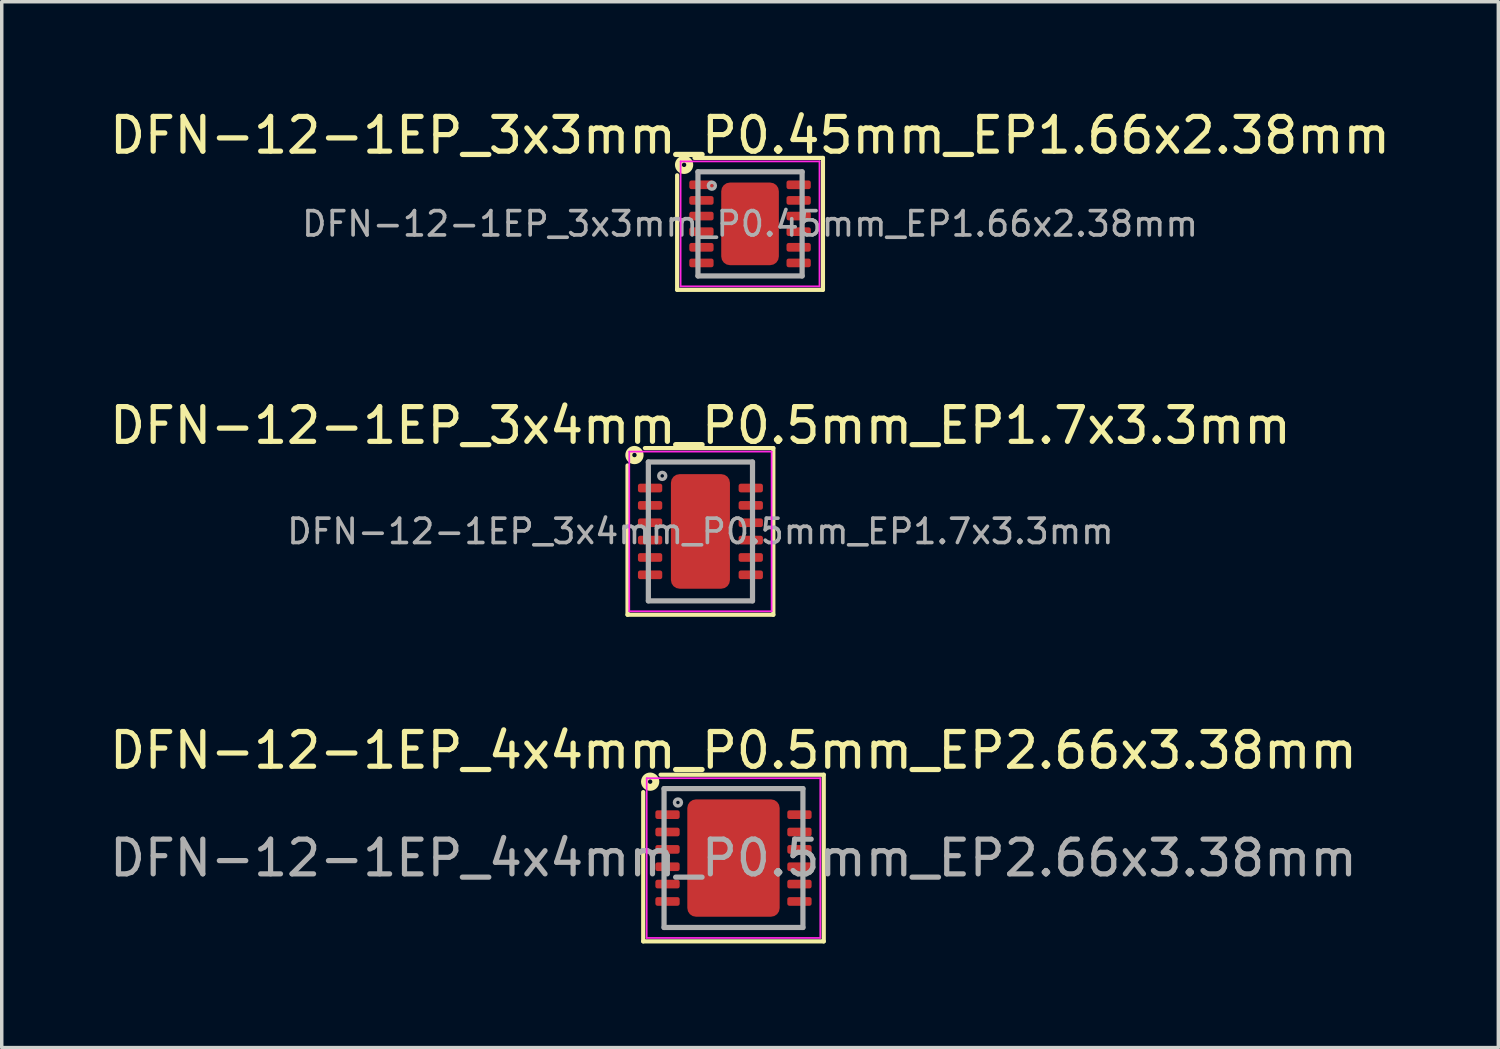
<source format=kicad_pcb>
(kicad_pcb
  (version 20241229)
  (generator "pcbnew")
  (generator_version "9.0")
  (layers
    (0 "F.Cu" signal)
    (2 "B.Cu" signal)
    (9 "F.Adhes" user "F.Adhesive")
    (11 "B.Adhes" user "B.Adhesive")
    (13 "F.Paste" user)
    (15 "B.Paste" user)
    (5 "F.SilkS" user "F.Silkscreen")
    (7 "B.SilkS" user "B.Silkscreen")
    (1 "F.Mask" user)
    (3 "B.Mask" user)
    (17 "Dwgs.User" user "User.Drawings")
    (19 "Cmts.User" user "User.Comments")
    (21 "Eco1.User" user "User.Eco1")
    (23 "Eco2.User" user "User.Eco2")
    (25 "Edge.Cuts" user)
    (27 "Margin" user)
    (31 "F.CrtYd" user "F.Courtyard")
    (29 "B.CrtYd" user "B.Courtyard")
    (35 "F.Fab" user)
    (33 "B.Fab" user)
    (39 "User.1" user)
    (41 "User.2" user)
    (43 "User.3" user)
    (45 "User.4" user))
  (footprint "DFN-12-1EP_4x4mm_P0.5mm_EP2.66x3.38mm"
    (layer "F.Cu")
    (at 18.077 21.665)
    (property "Reference" "DFN-12-1EP_4x4mm_P0.5mm_EP2.66x3.38mm" (at 0 -3.1 0) (layer "F.SilkS") (effects (font (size 1 1) (thickness 0.15))))
    (attr smd)
    (fp_line (start -2.6 2.4) (end -2.6 -1.9) (stroke (width 0.12) (type solid)) (layer "F.SilkS"))
    (fp_line (start -2.1 -2.4) (end 2.6 -2.4) (stroke (width 0.12) (type solid)) (layer "F.SilkS"))
    (fp_line (start 2.6 -2.4) (end 2.6 2.4) (stroke (width 0.12) (type solid)) (layer "F.SilkS"))
    (fp_line (start 2.6 2.4) (end -2.6 2.4) (stroke (width 0.12) (type solid)) (layer "F.SilkS"))
    (fp_circle (center -2.4 -2.2) (end -2.337 -2.2) (stroke (width 0.2) (type solid)) (fill no) (layer "F.SilkS"))
    (fp_line (start -2.5 -2.3) (end -2.5 2.3) (stroke (width 0.05) (type solid)) (layer "F.CrtYd"))
    (fp_line (start -2.5 -2.3) (end 2.5 -2.3) (stroke (width 0.05) (type solid)) (layer "F.CrtYd"))
    (fp_line (start -2.5 2.3) (end 2.5 2.3) (stroke (width 0.05) (type solid)) (layer "F.CrtYd"))
    (fp_line (start 2.5 -2.3) (end 2.5 2.3) (stroke (width 0.05) (type solid)) (layer "F.CrtYd"))
    (fp_line (start -2 -2) (end 2 -2) (stroke (width 0.15) (type solid)) (layer "F.Fab"))
    (fp_line (start -2 2) (end -2 -2) (stroke (width 0.15) (type solid)) (layer "F.Fab"))
    (fp_line (start 2 -2) (end 2 2) (stroke (width 0.15) (type solid)) (layer "F.Fab"))
    (fp_line (start 2 2) (end -2 2) (stroke (width 0.15) (type solid)) (layer "F.Fab"))
    (fp_circle (center -1.6 -1.6) (end -1.5 -1.6) (stroke (width 0.1) (type solid)) (fill no) (layer "F.Fab"))
    (fp_text user "${REFERENCE}" (at 0 0 0) (layer "F.Fab") (effects (font (size 1 1) (thickness 0.15))))
    (pad "" smd roundrect (at -0.665 -1.268) (size 1.15 0.63) (layers "F.Paste") (roundrect_rratio 0.25))
    (pad "" smd roundrect (at -0.665 -0.422) (size 1.15 0.63) (layers "F.Paste") (roundrect_rratio 0.25))
    (pad "" smd roundrect (at -0.665 0.422) (size 1.15 0.63) (layers "F.Paste") (roundrect_rratio 0.25))
    (pad "" smd roundrect (at -0.665 1.268) (size 1.15 0.63) (layers "F.Paste") (roundrect_rratio 0.25))
    (pad "" smd roundrect (at 0.665 -1.268) (size 1.15 0.63) (layers "F.Paste") (roundrect_rratio 0.25))
    (pad "" smd roundrect (at 0.665 -0.422) (size 1.15 0.63) (layers "F.Paste") (roundrect_rratio 0.25))
    (pad "" smd roundrect (at 0.665 0.422) (size 1.15 0.63) (layers "F.Paste") (roundrect_rratio 0.25))
    (pad "" smd roundrect (at 0.665 1.268) (size 1.15 0.63) (layers "F.Paste") (roundrect_rratio 0.25))
    (pad "1" smd roundrect (at -1.9 -1.25) (size 0.7 0.25) (layers "F.Cu" "F.Mask" "F.Paste") (roundrect_rratio 0.25))
    (pad "2" smd roundrect (at -1.9 -0.75) (size 0.7 0.25) (layers "F.Cu" "F.Mask" "F.Paste") (roundrect_rratio 0.25))
    (pad "3" smd roundrect (at -1.9 -0.25) (size 0.7 0.25) (layers "F.Cu" "F.Mask" "F.Paste") (roundrect_rratio 0.25))
    (pad "4" smd roundrect (at -1.9 0.25) (size 0.7 0.25) (layers "F.Cu" "F.Mask" "F.Paste") (roundrect_rratio 0.25))
    (pad "5" smd roundrect (at -1.9 0.75) (size 0.7 0.25) (layers "F.Cu" "F.Mask" "F.Paste") (roundrect_rratio 0.25))
    (pad "6" smd roundrect (at -1.9 1.25) (size 0.7 0.25) (layers "F.Cu" "F.Mask" "F.Paste") (roundrect_rratio 0.25))
    (pad "7" smd roundrect (at 1.9 1.25) (size 0.7 0.25) (layers "F.Cu" "F.Mask" "F.Paste") (roundrect_rratio 0.25))
    (pad "8" smd roundrect (at 1.9 0.75) (size 0.7 0.25) (layers "F.Cu" "F.Mask" "F.Paste") (roundrect_rratio 0.25))
    (pad "9" smd roundrect (at 1.9 0.25) (size 0.7 0.25) (layers "F.Cu" "F.Mask" "F.Paste") (roundrect_rratio 0.25))
    (pad "10" smd roundrect (at 1.9 -0.25) (size 0.7 0.25) (layers "F.Cu" "F.Mask" "F.Paste") (roundrect_rratio 0.25))
    (pad "11" smd roundrect (at 1.9 -0.75) (size 0.7 0.25) (layers "F.Cu" "F.Mask" "F.Paste") (roundrect_rratio 0.25))
    (pad "12" smd roundrect (at 1.9 -1.25) (size 0.7 0.25) (layers "F.Cu" "F.Mask" "F.Paste") (roundrect_rratio 0.25))
    (pad "13" smd roundrect (at 0 0) (size 2.66 3.38) (layers "F.Cu" "F.Mask") (roundrect_rratio 0.094)))
  (footprint "DFN-12-1EP_3x4mm_P0.5mm_EP1.7x3.3mm"
    (layer "F.Cu")
    (at 17.125 12.257)
    (property "Reference" "DFN-12-1EP_3x4mm_P0.5mm_EP1.7x3.3mm" (at 0 -3.05 0) (layer "F.SilkS") (effects (font (size 1 1) (thickness 0.15))))
    (attr smd)
    (fp_line (start -2.1 2.4) (end -2.1 -1.9) (stroke (width 0.12) (type solid)) (layer "F.SilkS"))
    (fp_line (start -1.6 -2.4) (end 2.1 -2.4) (stroke (width 0.12) (type solid)) (layer "F.SilkS"))
    (fp_line (start 2.1 -2.4) (end 2.1 2.4) (stroke (width 0.12) (type solid)) (layer "F.SilkS"))
    (fp_line (start 2.1 2.4) (end -2.1 2.4) (stroke (width 0.12) (type solid)) (layer "F.SilkS"))
    (fp_circle (center -1.9 -2.2) (end -1.837 -2.2) (stroke (width 0.2) (type solid)) (fill no) (layer "F.SilkS"))
    (fp_line (start -2.05 -2.3) (end -2.05 2.3) (stroke (width 0.05) (type solid)) (layer "F.CrtYd"))
    (fp_line (start -2.05 -2.3) (end 2.05 -2.3) (stroke (width 0.05) (type solid)) (layer "F.CrtYd"))
    (fp_line (start -2.05 2.3) (end 2.05 2.3) (stroke (width 0.05) (type solid)) (layer "F.CrtYd"))
    (fp_line (start 2.05 -2.3) (end 2.05 2.3) (stroke (width 0.05) (type solid)) (layer "F.CrtYd"))
    (fp_line (start -1.5 -2) (end 1.5 -2) (stroke (width 0.15) (type solid)) (layer "F.Fab"))
    (fp_line (start -1.5 2) (end -1.5 -2) (stroke (width 0.15) (type solid)) (layer "F.Fab"))
    (fp_line (start 1.5 -2) (end 1.5 2) (stroke (width 0.15) (type solid)) (layer "F.Fab"))
    (fp_line (start 1.5 2) (end -1.5 2) (stroke (width 0.15) (type solid)) (layer "F.Fab"))
    (fp_circle (center -1.1 -1.6) (end -1 -1.6) (stroke (width 0.1) (type solid)) (fill no) (layer "F.Fab"))
    (fp_text user "${REFERENCE}" (at 0 0 0) (layer "F.Fab") (effects (font (size 0.7 0.7) (thickness 0.105))))
    (pad "" smd roundrect (at -0.425 -1.238) (size 0.685 0.67) (layers "F.Paste") (roundrect_rratio 0.25))
    (pad "" smd roundrect (at -0.425 -0.412) (size 0.685 0.67) (layers "F.Paste") (roundrect_rratio 0.25))
    (pad "" smd roundrect (at -0.425 0.412) (size 0.685 0.67) (layers "F.Paste") (roundrect_rratio 0.25))
    (pad "" smd roundrect (at -0.425 1.238) (size 0.685 0.67) (layers "F.Paste") (roundrect_rratio 0.25))
    (pad "" smd roundrect (at 0.425 -1.238) (size 0.685 0.67) (layers "F.Paste") (roundrect_rratio 0.25))
    (pad "" smd roundrect (at 0.425 -0.412) (size 0.685 0.67) (layers "F.Paste") (roundrect_rratio 0.25))
    (pad "" smd roundrect (at 0.425 0.412) (size 0.685 0.67) (layers "F.Paste") (roundrect_rratio 0.25))
    (pad "" smd roundrect (at 0.425 1.238) (size 0.685 0.67) (layers "F.Paste") (roundrect_rratio 0.25))
    (pad "1" smd roundrect (at -1.45 -1.25) (size 0.7 0.25) (layers "F.Cu" "F.Mask" "F.Paste") (roundrect_rratio 0.25))
    (pad "2" smd roundrect (at -1.45 -0.75) (size 0.7 0.25) (layers "F.Cu" "F.Mask" "F.Paste") (roundrect_rratio 0.25))
    (pad "3" smd roundrect (at -1.45 -0.25) (size 0.7 0.25) (layers "F.Cu" "F.Mask" "F.Paste") (roundrect_rratio 0.25))
    (pad "4" smd roundrect (at -1.45 0.25) (size 0.7 0.25) (layers "F.Cu" "F.Mask" "F.Paste") (roundrect_rratio 0.25))
    (pad "5" smd roundrect (at -1.45 0.75) (size 0.7 0.25) (layers "F.Cu" "F.Mask" "F.Paste") (roundrect_rratio 0.25))
    (pad "6" smd roundrect (at -1.45 1.25) (size 0.7 0.25) (layers "F.Cu" "F.Mask" "F.Paste") (roundrect_rratio 0.25))
    (pad "7" smd roundrect (at 1.45 1.25) (size 0.7 0.25) (layers "F.Cu" "F.Mask" "F.Paste") (roundrect_rratio 0.25))
    (pad "8" smd roundrect (at 1.45 0.75) (size 0.7 0.25) (layers "F.Cu" "F.Mask" "F.Paste") (roundrect_rratio 0.25))
    (pad "9" smd roundrect (at 1.45 0.25) (size 0.7 0.25) (layers "F.Cu" "F.Mask" "F.Paste") (roundrect_rratio 0.25))
    (pad "10" smd roundrect (at 1.45 -0.25) (size 0.7 0.25) (layers "F.Cu" "F.Mask" "F.Paste") (roundrect_rratio 0.25))
    (pad "11" smd roundrect (at 1.45 -0.75) (size 0.7 0.25) (layers "F.Cu" "F.Mask" "F.Paste") (roundrect_rratio 0.25))
    (pad "12" smd roundrect (at 1.45 -1.25) (size 0.7 0.25) (layers "F.Cu" "F.Mask" "F.Paste") (roundrect_rratio 0.25))
    (pad "13" smd roundrect (at 0 0) (size 1.7 3.3) (layers "F.Cu" "F.Mask") (roundrect_rratio 0.147)))
  (footprint "DFN-12-1EP_3x3mm_P0.45mm_EP1.66x2.38mm"
    (layer "F.Cu")
    (at 18.554 3.398)
    (property "Reference" "DFN-12-1EP_3x3mm_P0.45mm_EP1.66x2.38mm" (at 0 -2.55 0) (layer "F.SilkS") (effects (font (size 1 1) (thickness 0.15))))
    (attr smd)
    (fp_line (start -2.1 1.9) (end -2.1 -1.4) (stroke (width 0.12) (type solid)) (layer "F.SilkS"))
    (fp_line (start -1.6 -1.9) (end 2.1 -1.9) (stroke (width 0.12) (type solid)) (layer "F.SilkS"))
    (fp_line (start 2.1 -1.9) (end 2.1 1.9) (stroke (width 0.12) (type solid)) (layer "F.SilkS"))
    (fp_line (start 2.1 1.9) (end -2.1 1.9) (stroke (width 0.12) (type solid)) (layer "F.SilkS"))
    (fp_circle (center -1.9 -1.7) (end -1.837 -1.7) (stroke (width 0.2) (type solid)) (fill no) (layer "F.SilkS"))
    (fp_line (start -2 -1.8) (end -2 1.8) (stroke (width 0.05) (type solid)) (layer "F.CrtYd"))
    (fp_line (start -2 -1.8) (end 2 -1.8) (stroke (width 0.05) (type solid)) (layer "F.CrtYd"))
    (fp_line (start -2 1.8) (end 2 1.8) (stroke (width 0.05) (type solid)) (layer "F.CrtYd"))
    (fp_line (start 2 -1.8) (end 2 1.8) (stroke (width 0.05) (type solid)) (layer "F.CrtYd"))
    (fp_line (start -1.5 -1.5) (end 1.5 -1.5) (stroke (width 0.15) (type solid)) (layer "F.Fab"))
    (fp_line (start -1.5 1.5) (end -1.5 -1.5) (stroke (width 0.15) (type solid)) (layer "F.Fab"))
    (fp_line (start 1.5 -1.5) (end 1.5 1.5) (stroke (width 0.15) (type solid)) (layer "F.Fab"))
    (fp_line (start 1.5 1.5) (end -1.5 1.5) (stroke (width 0.15) (type solid)) (layer "F.Fab"))
    (fp_circle (center -1.1 -1.1) (end -1 -1.1) (stroke (width 0.1) (type solid)) (fill no) (layer "F.Fab"))
    (fp_text user "${REFERENCE}" (at 0 0 0) (layer "F.Fab") (effects (font (size 0.7 0.7) (thickness 0.105))))
    (pad "" smd roundrect (at -0.415 -0.595) (size 0.64 1) (layers "F.Paste") (roundrect_rratio 0.25))
    (pad "" smd roundrect (at -0.415 0.595) (size 0.64 1) (layers "F.Paste") (roundrect_rratio 0.25))
    (pad "" smd roundrect (at 0.415 -0.595) (size 0.64 1) (layers "F.Paste") (roundrect_rratio 0.25))
    (pad "" smd roundrect (at 0.415 0.595) (size 0.64 1) (layers "F.Paste") (roundrect_rratio 0.25))
    (pad "1" smd roundrect (at -1.4 -1.125) (size 0.7 0.25) (layers "F.Cu" "F.Mask" "F.Paste") (roundrect_rratio 0.25))
    (pad "2" smd roundrect (at -1.4 -0.675) (size 0.7 0.25) (layers "F.Cu" "F.Mask" "F.Paste") (roundrect_rratio 0.25))
    (pad "3" smd roundrect (at -1.4 -0.225) (size 0.7 0.25) (layers "F.Cu" "F.Mask" "F.Paste") (roundrect_rratio 0.25))
    (pad "4" smd roundrect (at -1.4 0.225) (size 0.7 0.25) (layers "F.Cu" "F.Mask" "F.Paste") (roundrect_rratio 0.25))
    (pad "5" smd roundrect (at -1.4 0.675) (size 0.7 0.25) (layers "F.Cu" "F.Mask" "F.Paste") (roundrect_rratio 0.25))
    (pad "6" smd roundrect (at -1.4 1.125) (size 0.7 0.25) (layers "F.Cu" "F.Mask" "F.Paste") (roundrect_rratio 0.25))
    (pad "7" smd roundrect (at 1.4 1.125) (size 0.7 0.25) (layers "F.Cu" "F.Mask" "F.Paste") (roundrect_rratio 0.25))
    (pad "8" smd roundrect (at 1.4 0.675) (size 0.7 0.25) (layers "F.Cu" "F.Mask" "F.Paste") (roundrect_rratio 0.25))
    (pad "9" smd roundrect (at 1.4 0.225) (size 0.7 0.25) (layers "F.Cu" "F.Mask" "F.Paste") (roundrect_rratio 0.25))
    (pad "10" smd roundrect (at 1.4 -0.225) (size 0.7 0.25) (layers "F.Cu" "F.Mask" "F.Paste") (roundrect_rratio 0.25))
    (pad "11" smd roundrect (at 1.4 -0.675) (size 0.7 0.25) (layers "F.Cu" "F.Mask" "F.Paste") (roundrect_rratio 0.25))
    (pad "12" smd roundrect (at 1.4 -1.125) (size 0.7 0.25) (layers "F.Cu" "F.Mask" "F.Paste") (roundrect_rratio 0.25))
    (pad "13" smd roundrect (at 0 0) (size 1.66 2.38) (layers "F.Cu" "F.Mask") (roundrect_rratio 0.151)))
  (gr_rect
    (start -3 -3)
    (end 40.107 27.125)
    (stroke (width 0.1) (type default))
    (fill no)
    (layer "Edge.Cuts")))
</source>
